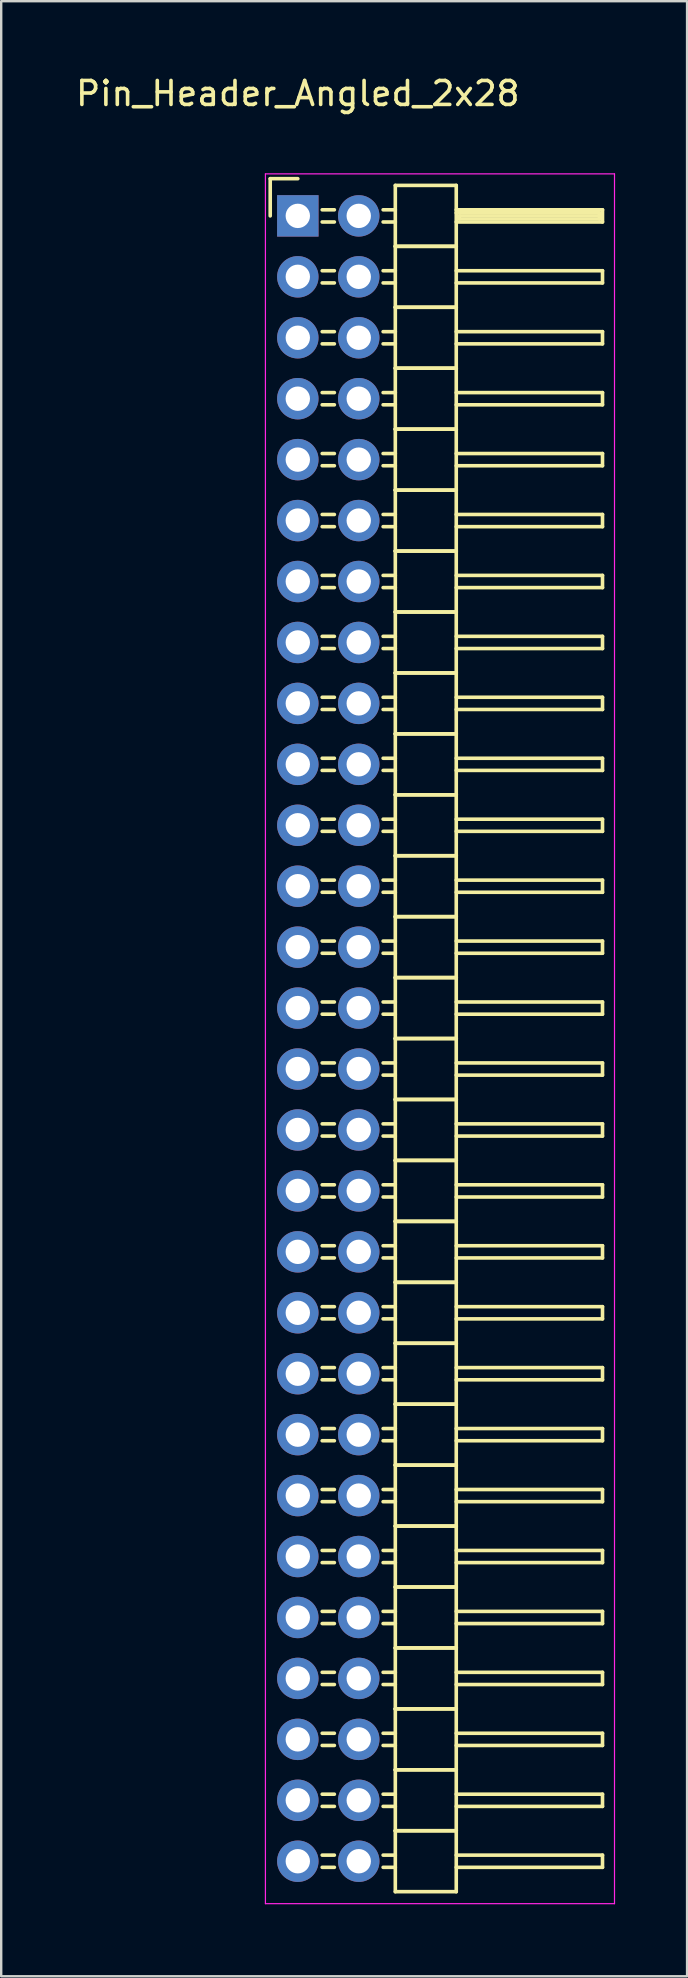
<source format=kicad_pcb>
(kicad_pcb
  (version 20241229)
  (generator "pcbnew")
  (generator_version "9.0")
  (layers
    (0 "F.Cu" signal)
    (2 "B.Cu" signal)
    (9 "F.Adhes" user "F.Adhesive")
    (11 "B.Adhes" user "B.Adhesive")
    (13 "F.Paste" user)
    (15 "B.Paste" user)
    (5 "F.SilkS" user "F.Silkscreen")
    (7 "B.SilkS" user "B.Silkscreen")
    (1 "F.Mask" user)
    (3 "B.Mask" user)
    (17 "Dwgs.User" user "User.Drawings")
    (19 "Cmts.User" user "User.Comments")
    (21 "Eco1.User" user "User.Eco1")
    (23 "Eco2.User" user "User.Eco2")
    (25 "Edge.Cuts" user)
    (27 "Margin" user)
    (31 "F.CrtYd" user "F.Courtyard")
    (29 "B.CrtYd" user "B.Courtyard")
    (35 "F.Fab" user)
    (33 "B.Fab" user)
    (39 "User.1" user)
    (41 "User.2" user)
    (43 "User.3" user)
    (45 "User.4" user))
  (footprint "Pin_Header_Angled_2x28"
    (layer "F.Cu")
    (at 9.363 5.948)
    (property "Reference" "Pin_Header_Angled_2x28" (at 0 -5.1 0) (layer "F.SilkS") (effects (font (size 1 1) (thickness 0.15))))
    (attr through_hole)
    (fp_line (start -1.15 -1.55) (end -1.15 0) (stroke (width 0.15) (type solid)) (layer "F.SilkS"))
    (fp_line (start 0 -1.55) (end -1.15 -1.55) (stroke (width 0.15) (type solid)) (layer "F.SilkS"))
    (fp_line (start 1.524 -0.254) (end 1.016 -0.254) (stroke (width 0.15) (type solid)) (layer "F.SilkS"))
    (fp_line (start 1.524 0.254) (end 1.016 0.254) (stroke (width 0.15) (type solid)) (layer "F.SilkS"))
    (fp_line (start 1.524 2.286) (end 1.016 2.286) (stroke (width 0.15) (type solid)) (layer "F.SilkS"))
    (fp_line (start 1.524 2.794) (end 1.016 2.794) (stroke (width 0.15) (type solid)) (layer "F.SilkS"))
    (fp_line (start 1.524 4.826) (end 1.016 4.826) (stroke (width 0.15) (type solid)) (layer "F.SilkS"))
    (fp_line (start 1.524 5.334) (end 1.016 5.334) (stroke (width 0.15) (type solid)) (layer "F.SilkS"))
    (fp_line (start 1.524 7.366) (end 1.016 7.366) (stroke (width 0.15) (type solid)) (layer "F.SilkS"))
    (fp_line (start 1.524 7.874) (end 1.016 7.874) (stroke (width 0.15) (type solid)) (layer "F.SilkS"))
    (fp_line (start 1.524 9.906) (end 1.016 9.906) (stroke (width 0.15) (type solid)) (layer "F.SilkS"))
    (fp_line (start 1.524 10.414) (end 1.016 10.414) (stroke (width 0.15) (type solid)) (layer "F.SilkS"))
    (fp_line (start 1.524 12.446) (end 1.016 12.446) (stroke (width 0.15) (type solid)) (layer "F.SilkS"))
    (fp_line (start 1.524 12.954) (end 1.016 12.954) (stroke (width 0.15) (type solid)) (layer "F.SilkS"))
    (fp_line (start 1.524 14.986) (end 1.016 14.986) (stroke (width 0.15) (type solid)) (layer "F.SilkS"))
    (fp_line (start 1.524 15.494) (end 1.016 15.494) (stroke (width 0.15) (type solid)) (layer "F.SilkS"))
    (fp_line (start 1.524 17.526) (end 1.016 17.526) (stroke (width 0.15) (type solid)) (layer "F.SilkS"))
    (fp_line (start 1.524 18.034) (end 1.016 18.034) (stroke (width 0.15) (type solid)) (layer "F.SilkS"))
    (fp_line (start 1.524 20.066) (end 1.016 20.066) (stroke (width 0.15) (type solid)) (layer "F.SilkS"))
    (fp_line (start 1.524 20.574) (end 1.016 20.574) (stroke (width 0.15) (type solid)) (layer "F.SilkS"))
    (fp_line (start 1.524 22.606) (end 1.016 22.606) (stroke (width 0.15) (type solid)) (layer "F.SilkS"))
    (fp_line (start 1.524 23.114) (end 1.016 23.114) (stroke (width 0.15) (type solid)) (layer "F.SilkS"))
    (fp_line (start 1.524 25.146) (end 1.016 25.146) (stroke (width 0.15) (type solid)) (layer "F.SilkS"))
    (fp_line (start 1.524 25.654) (end 1.016 25.654) (stroke (width 0.15) (type solid)) (layer "F.SilkS"))
    (fp_line (start 1.524 27.686) (end 1.016 27.686) (stroke (width 0.15) (type solid)) (layer "F.SilkS"))
    (fp_line (start 1.524 28.194) (end 1.016 28.194) (stroke (width 0.15) (type solid)) (layer "F.SilkS"))
    (fp_line (start 1.524 30.226) (end 1.016 30.226) (stroke (width 0.15) (type solid)) (layer "F.SilkS"))
    (fp_line (start 1.524 30.734) (end 1.016 30.734) (stroke (width 0.15) (type solid)) (layer "F.SilkS"))
    (fp_line (start 1.524 32.766) (end 1.016 32.766) (stroke (width 0.15) (type solid)) (layer "F.SilkS"))
    (fp_line (start 1.524 33.274) (end 1.016 33.274) (stroke (width 0.15) (type solid)) (layer "F.SilkS"))
    (fp_line (start 1.524 35.306) (end 1.016 35.306) (stroke (width 0.15) (type solid)) (layer "F.SilkS"))
    (fp_line (start 1.524 35.814) (end 1.016 35.814) (stroke (width 0.15) (type solid)) (layer "F.SilkS"))
    (fp_line (start 1.524 37.846) (end 1.016 37.846) (stroke (width 0.15) (type solid)) (layer "F.SilkS"))
    (fp_line (start 1.524 38.354) (end 1.016 38.354) (stroke (width 0.15) (type solid)) (layer "F.SilkS"))
    (fp_line (start 1.524 40.386) (end 1.016 40.386) (stroke (width 0.15) (type solid)) (layer "F.SilkS"))
    (fp_line (start 1.524 40.894) (end 1.016 40.894) (stroke (width 0.15) (type solid)) (layer "F.SilkS"))
    (fp_line (start 1.524 42.926) (end 1.016 42.926) (stroke (width 0.15) (type solid)) (layer "F.SilkS"))
    (fp_line (start 1.524 43.434) (end 1.016 43.434) (stroke (width 0.15) (type solid)) (layer "F.SilkS"))
    (fp_line (start 1.524 45.466) (end 1.016 45.466) (stroke (width 0.15) (type solid)) (layer "F.SilkS"))
    (fp_line (start 1.524 45.974) (end 1.016 45.974) (stroke (width 0.15) (type solid)) (layer "F.SilkS"))
    (fp_line (start 1.524 48.006) (end 1.016 48.006) (stroke (width 0.15) (type solid)) (layer "F.SilkS"))
    (fp_line (start 1.524 48.514) (end 1.016 48.514) (stroke (width 0.15) (type solid)) (layer "F.SilkS"))
    (fp_line (start 1.524 50.546) (end 1.016 50.546) (stroke (width 0.15) (type solid)) (layer "F.SilkS"))
    (fp_line (start 1.524 51.054) (end 1.016 51.054) (stroke (width 0.15) (type solid)) (layer "F.SilkS"))
    (fp_line (start 1.524 53.086) (end 1.016 53.086) (stroke (width 0.15) (type solid)) (layer "F.SilkS"))
    (fp_line (start 1.524 53.594) (end 1.016 53.594) (stroke (width 0.15) (type solid)) (layer "F.SilkS"))
    (fp_line (start 1.524 55.626) (end 1.016 55.626) (stroke (width 0.15) (type solid)) (layer "F.SilkS"))
    (fp_line (start 1.524 56.134) (end 1.016 56.134) (stroke (width 0.15) (type solid)) (layer "F.SilkS"))
    (fp_line (start 1.524 58.166) (end 1.016 58.166) (stroke (width 0.15) (type solid)) (layer "F.SilkS"))
    (fp_line (start 1.524 58.674) (end 1.016 58.674) (stroke (width 0.15) (type solid)) (layer "F.SilkS"))
    (fp_line (start 1.524 60.706) (end 1.016 60.706) (stroke (width 0.15) (type solid)) (layer "F.SilkS"))
    (fp_line (start 1.524 61.214) (end 1.016 61.214) (stroke (width 0.15) (type solid)) (layer "F.SilkS"))
    (fp_line (start 1.524 63.246) (end 1.016 63.246) (stroke (width 0.15) (type solid)) (layer "F.SilkS"))
    (fp_line (start 1.524 63.754) (end 1.016 63.754) (stroke (width 0.15) (type solid)) (layer "F.SilkS"))
    (fp_line (start 1.524 65.786) (end 1.016 65.786) (stroke (width 0.15) (type solid)) (layer "F.SilkS"))
    (fp_line (start 1.524 66.294) (end 1.016 66.294) (stroke (width 0.15) (type solid)) (layer "F.SilkS"))
    (fp_line (start 1.524 68.326) (end 1.016 68.326) (stroke (width 0.15) (type solid)) (layer "F.SilkS"))
    (fp_line (start 1.524 68.834) (end 1.016 68.834) (stroke (width 0.15) (type solid)) (layer "F.SilkS"))
    (fp_line (start 4.064 -1.27) (end 4.064 1.27) (stroke (width 0.15) (type solid)) (layer "F.SilkS"))
    (fp_line (start 4.064 -1.27) (end 6.604 -1.27) (stroke (width 0.15) (type solid)) (layer "F.SilkS"))
    (fp_line (start 4.064 -0.254) (end 3.556 -0.254) (stroke (width 0.15) (type solid)) (layer "F.SilkS"))
    (fp_line (start 4.064 0.254) (end 3.556 0.254) (stroke (width 0.15) (type solid)) (layer "F.SilkS"))
    (fp_line (start 4.064 1.27) (end 4.064 3.81) (stroke (width 0.15) (type solid)) (layer "F.SilkS"))
    (fp_line (start 4.064 1.27) (end 6.604 1.27) (stroke (width 0.15) (type solid)) (layer "F.SilkS"))
    (fp_line (start 4.064 1.27) (end 6.604 1.27) (stroke (width 0.15) (type solid)) (layer "F.SilkS"))
    (fp_line (start 4.064 2.286) (end 3.556 2.286) (stroke (width 0.15) (type solid)) (layer "F.SilkS"))
    (fp_line (start 4.064 2.794) (end 3.556 2.794) (stroke (width 0.15) (type solid)) (layer "F.SilkS"))
    (fp_line (start 4.064 3.81) (end 4.064 6.35) (stroke (width 0.15) (type solid)) (layer "F.SilkS"))
    (fp_line (start 4.064 3.81) (end 6.604 3.81) (stroke (width 0.15) (type solid)) (layer "F.SilkS"))
    (fp_line (start 4.064 3.81) (end 6.604 3.81) (stroke (width 0.15) (type solid)) (layer "F.SilkS"))
    (fp_line (start 4.064 4.826) (end 3.556 4.826) (stroke (width 0.15) (type solid)) (layer "F.SilkS"))
    (fp_line (start 4.064 5.334) (end 3.556 5.334) (stroke (width 0.15) (type solid)) (layer "F.SilkS"))
    (fp_line (start 4.064 6.35) (end 4.064 8.89) (stroke (width 0.15) (type solid)) (layer "F.SilkS"))
    (fp_line (start 4.064 6.35) (end 6.604 6.35) (stroke (width 0.15) (type solid)) (layer "F.SilkS"))
    (fp_line (start 4.064 6.35) (end 6.604 6.35) (stroke (width 0.15) (type solid)) (layer "F.SilkS"))
    (fp_line (start 4.064 7.366) (end 3.556 7.366) (stroke (width 0.15) (type solid)) (layer "F.SilkS"))
    (fp_line (start 4.064 7.874) (end 3.556 7.874) (stroke (width 0.15) (type solid)) (layer "F.SilkS"))
    (fp_line (start 4.064 8.89) (end 4.064 11.43) (stroke (width 0.15) (type solid)) (layer "F.SilkS"))
    (fp_line (start 4.064 8.89) (end 6.604 8.89) (stroke (width 0.15) (type solid)) (layer "F.SilkS"))
    (fp_line (start 4.064 8.89) (end 6.604 8.89) (stroke (width 0.15) (type solid)) (layer "F.SilkS"))
    (fp_line (start 4.064 9.906) (end 3.556 9.906) (stroke (width 0.15) (type solid)) (layer "F.SilkS"))
    (fp_line (start 4.064 10.414) (end 3.556 10.414) (stroke (width 0.15) (type solid)) (layer "F.SilkS"))
    (fp_line (start 4.064 11.43) (end 4.064 13.97) (stroke (width 0.15) (type solid)) (layer "F.SilkS"))
    (fp_line (start 4.064 11.43) (end 6.604 11.43) (stroke (width 0.15) (type solid)) (layer "F.SilkS"))
    (fp_line (start 4.064 11.43) (end 6.604 11.43) (stroke (width 0.15) (type solid)) (layer "F.SilkS"))
    (fp_line (start 4.064 12.446) (end 3.556 12.446) (stroke (width 0.15) (type solid)) (layer "F.SilkS"))
    (fp_line (start 4.064 12.954) (end 3.556 12.954) (stroke (width 0.15) (type solid)) (layer "F.SilkS"))
    (fp_line (start 4.064 13.97) (end 4.064 16.51) (stroke (width 0.15) (type solid)) (layer "F.SilkS"))
    (fp_line (start 4.064 13.97) (end 6.604 13.97) (stroke (width 0.15) (type solid)) (layer "F.SilkS"))
    (fp_line (start 4.064 13.97) (end 6.604 13.97) (stroke (width 0.15) (type solid)) (layer "F.SilkS"))
    (fp_line (start 4.064 14.986) (end 3.556 14.986) (stroke (width 0.15) (type solid)) (layer "F.SilkS"))
    (fp_line (start 4.064 15.494) (end 3.556 15.494) (stroke (width 0.15) (type solid)) (layer "F.SilkS"))
    (fp_line (start 4.064 16.51) (end 4.064 19.05) (stroke (width 0.15) (type solid)) (layer "F.SilkS"))
    (fp_line (start 4.064 16.51) (end 6.604 16.51) (stroke (width 0.15) (type solid)) (layer "F.SilkS"))
    (fp_line (start 4.064 16.51) (end 6.604 16.51) (stroke (width 0.15) (type solid)) (layer "F.SilkS"))
    (fp_line (start 4.064 17.526) (end 3.556 17.526) (stroke (width 0.15) (type solid)) (layer "F.SilkS"))
    (fp_line (start 4.064 18.034) (end 3.556 18.034) (stroke (width 0.15) (type solid)) (layer "F.SilkS"))
    (fp_line (start 4.064 19.05) (end 4.064 21.59) (stroke (width 0.15) (type solid)) (layer "F.SilkS"))
    (fp_line (start 4.064 19.05) (end 6.604 19.05) (stroke (width 0.15) (type solid)) (layer "F.SilkS"))
    (fp_line (start 4.064 19.05) (end 6.604 19.05) (stroke (width 0.15) (type solid)) (layer "F.SilkS"))
    (fp_line (start 4.064 20.066) (end 3.556 20.066) (stroke (width 0.15) (type solid)) (layer "F.SilkS"))
    (fp_line (start 4.064 20.574) (end 3.556 20.574) (stroke (width 0.15) (type solid)) (layer "F.SilkS"))
    (fp_line (start 4.064 21.59) (end 4.064 24.13) (stroke (width 0.15) (type solid)) (layer "F.SilkS"))
    (fp_line (start 4.064 21.59) (end 6.604 21.59) (stroke (width 0.15) (type solid)) (layer "F.SilkS"))
    (fp_line (start 4.064 21.59) (end 6.604 21.59) (stroke (width 0.15) (type solid)) (layer "F.SilkS"))
    (fp_line (start 4.064 22.606) (end 3.556 22.606) (stroke (width 0.15) (type solid)) (layer "F.SilkS"))
    (fp_line (start 4.064 23.114) (end 3.556 23.114) (stroke (width 0.15) (type solid)) (layer "F.SilkS"))
    (fp_line (start 4.064 24.13) (end 4.064 26.67) (stroke (width 0.15) (type solid)) (layer "F.SilkS"))
    (fp_line (start 4.064 24.13) (end 6.604 24.13) (stroke (width 0.15) (type solid)) (layer "F.SilkS"))
    (fp_line (start 4.064 24.13) (end 6.604 24.13) (stroke (width 0.15) (type solid)) (layer "F.SilkS"))
    (fp_line (start 4.064 25.146) (end 3.556 25.146) (stroke (width 0.15) (type solid)) (layer "F.SilkS"))
    (fp_line (start 4.064 25.654) (end 3.556 25.654) (stroke (width 0.15) (type solid)) (layer "F.SilkS"))
    (fp_line (start 4.064 26.67) (end 4.064 29.21) (stroke (width 0.15) (type solid)) (layer "F.SilkS"))
    (fp_line (start 4.064 26.67) (end 6.604 26.67) (stroke (width 0.15) (type solid)) (layer "F.SilkS"))
    (fp_line (start 4.064 26.67) (end 6.604 26.67) (stroke (width 0.15) (type solid)) (layer "F.SilkS"))
    (fp_line (start 4.064 27.686) (end 3.556 27.686) (stroke (width 0.15) (type solid)) (layer "F.SilkS"))
    (fp_line (start 4.064 28.194) (end 3.556 28.194) (stroke (width 0.15) (type solid)) (layer "F.SilkS"))
    (fp_line (start 4.064 29.21) (end 4.064 31.75) (stroke (width 0.15) (type solid)) (layer "F.SilkS"))
    (fp_line (start 4.064 29.21) (end 6.604 29.21) (stroke (width 0.15) (type solid)) (layer "F.SilkS"))
    (fp_line (start 4.064 29.21) (end 6.604 29.21) (stroke (width 0.15) (type solid)) (layer "F.SilkS"))
    (fp_line (start 4.064 30.226) (end 3.556 30.226) (stroke (width 0.15) (type solid)) (layer "F.SilkS"))
    (fp_line (start 4.064 30.734) (end 3.556 30.734) (stroke (width 0.15) (type solid)) (layer "F.SilkS"))
    (fp_line (start 4.064 31.75) (end 4.064 34.29) (stroke (width 0.15) (type solid)) (layer "F.SilkS"))
    (fp_line (start 4.064 31.75) (end 6.604 31.75) (stroke (width 0.15) (type solid)) (layer "F.SilkS"))
    (fp_line (start 4.064 31.75) (end 6.604 31.75) (stroke (width 0.15) (type solid)) (layer "F.SilkS"))
    (fp_line (start 4.064 32.766) (end 3.556 32.766) (stroke (width 0.15) (type solid)) (layer "F.SilkS"))
    (fp_line (start 4.064 33.274) (end 3.556 33.274) (stroke (width 0.15) (type solid)) (layer "F.SilkS"))
    (fp_line (start 4.064 34.29) (end 4.064 36.83) (stroke (width 0.15) (type solid)) (layer "F.SilkS"))
    (fp_line (start 4.064 34.29) (end 6.604 34.29) (stroke (width 0.15) (type solid)) (layer "F.SilkS"))
    (fp_line (start 4.064 34.29) (end 6.604 34.29) (stroke (width 0.15) (type solid)) (layer "F.SilkS"))
    (fp_line (start 4.064 35.306) (end 3.556 35.306) (stroke (width 0.15) (type solid)) (layer "F.SilkS"))
    (fp_line (start 4.064 35.814) (end 3.556 35.814) (stroke (width 0.15) (type solid)) (layer "F.SilkS"))
    (fp_line (start 4.064 36.83) (end 4.064 39.37) (stroke (width 0.15) (type solid)) (layer "F.SilkS"))
    (fp_line (start 4.064 36.83) (end 6.604 36.83) (stroke (width 0.15) (type solid)) (layer "F.SilkS"))
    (fp_line (start 4.064 36.83) (end 6.604 36.83) (stroke (width 0.15) (type solid)) (layer "F.SilkS"))
    (fp_line (start 4.064 37.846) (end 3.556 37.846) (stroke (width 0.15) (type solid)) (layer "F.SilkS"))
    (fp_line (start 4.064 38.354) (end 3.556 38.354) (stroke (width 0.15) (type solid)) (layer "F.SilkS"))
    (fp_line (start 4.064 39.37) (end 4.064 41.91) (stroke (width 0.15) (type solid)) (layer "F.SilkS"))
    (fp_line (start 4.064 39.37) (end 6.604 39.37) (stroke (width 0.15) (type solid)) (layer "F.SilkS"))
    (fp_line (start 4.064 39.37) (end 6.604 39.37) (stroke (width 0.15) (type solid)) (layer "F.SilkS"))
    (fp_line (start 4.064 40.386) (end 3.556 40.386) (stroke (width 0.15) (type solid)) (layer "F.SilkS"))
    (fp_line (start 4.064 40.894) (end 3.556 40.894) (stroke (width 0.15) (type solid)) (layer "F.SilkS"))
    (fp_line (start 4.064 41.91) (end 4.064 44.45) (stroke (width 0.15) (type solid)) (layer "F.SilkS"))
    (fp_line (start 4.064 41.91) (end 6.604 41.91) (stroke (width 0.15) (type solid)) (layer "F.SilkS"))
    (fp_line (start 4.064 41.91) (end 6.604 41.91) (stroke (width 0.15) (type solid)) (layer "F.SilkS"))
    (fp_line (start 4.064 42.926) (end 3.556 42.926) (stroke (width 0.15) (type solid)) (layer "F.SilkS"))
    (fp_line (start 4.064 43.434) (end 3.556 43.434) (stroke (width 0.15) (type solid)) (layer "F.SilkS"))
    (fp_line (start 4.064 44.45) (end 4.064 46.99) (stroke (width 0.15) (type solid)) (layer "F.SilkS"))
    (fp_line (start 4.064 44.45) (end 6.604 44.45) (stroke (width 0.15) (type solid)) (layer "F.SilkS"))
    (fp_line (start 4.064 44.45) (end 6.604 44.45) (stroke (width 0.15) (type solid)) (layer "F.SilkS"))
    (fp_line (start 4.064 45.466) (end 3.556 45.466) (stroke (width 0.15) (type solid)) (layer "F.SilkS"))
    (fp_line (start 4.064 45.974) (end 3.556 45.974) (stroke (width 0.15) (type solid)) (layer "F.SilkS"))
    (fp_line (start 4.064 46.99) (end 4.064 49.53) (stroke (width 0.15) (type solid)) (layer "F.SilkS"))
    (fp_line (start 4.064 46.99) (end 6.604 46.99) (stroke (width 0.15) (type solid)) (layer "F.SilkS"))
    (fp_line (start 4.064 46.99) (end 6.604 46.99) (stroke (width 0.15) (type solid)) (layer "F.SilkS"))
    (fp_line (start 4.064 48.006) (end 3.556 48.006) (stroke (width 0.15) (type solid)) (layer "F.SilkS"))
    (fp_line (start 4.064 48.514) (end 3.556 48.514) (stroke (width 0.15) (type solid)) (layer "F.SilkS"))
    (fp_line (start 4.064 49.53) (end 4.064 52.07) (stroke (width 0.15) (type solid)) (layer "F.SilkS"))
    (fp_line (start 4.064 49.53) (end 6.604 49.53) (stroke (width 0.15) (type solid)) (layer "F.SilkS"))
    (fp_line (start 4.064 49.53) (end 6.604 49.53) (stroke (width 0.15) (type solid)) (layer "F.SilkS"))
    (fp_line (start 4.064 50.546) (end 3.556 50.546) (stroke (width 0.15) (type solid)) (layer "F.SilkS"))
    (fp_line (start 4.064 51.054) (end 3.556 51.054) (stroke (width 0.15) (type solid)) (layer "F.SilkS"))
    (fp_line (start 4.064 52.07) (end 4.064 54.61) (stroke (width 0.15) (type solid)) (layer "F.SilkS"))
    (fp_line (start 4.064 52.07) (end 6.604 52.07) (stroke (width 0.15) (type solid)) (layer "F.SilkS"))
    (fp_line (start 4.064 52.07) (end 6.604 52.07) (stroke (width 0.15) (type solid)) (layer "F.SilkS"))
    (fp_line (start 4.064 53.086) (end 3.556 53.086) (stroke (width 0.15) (type solid)) (layer "F.SilkS"))
    (fp_line (start 4.064 53.594) (end 3.556 53.594) (stroke (width 0.15) (type solid)) (layer "F.SilkS"))
    (fp_line (start 4.064 54.61) (end 4.064 57.15) (stroke (width 0.15) (type solid)) (layer "F.SilkS"))
    (fp_line (start 4.064 54.61) (end 6.604 54.61) (stroke (width 0.15) (type solid)) (layer "F.SilkS"))
    (fp_line (start 4.064 54.61) (end 6.604 54.61) (stroke (width 0.15) (type solid)) (layer "F.SilkS"))
    (fp_line (start 4.064 55.626) (end 3.556 55.626) (stroke (width 0.15) (type solid)) (layer "F.SilkS"))
    (fp_line (start 4.064 56.134) (end 3.556 56.134) (stroke (width 0.15) (type solid)) (layer "F.SilkS"))
    (fp_line (start 4.064 57.15) (end 4.064 59.69) (stroke (width 0.15) (type solid)) (layer "F.SilkS"))
    (fp_line (start 4.064 57.15) (end 6.604 57.15) (stroke (width 0.15) (type solid)) (layer "F.SilkS"))
    (fp_line (start 4.064 57.15) (end 6.604 57.15) (stroke (width 0.15) (type solid)) (layer "F.SilkS"))
    (fp_line (start 4.064 58.166) (end 3.556 58.166) (stroke (width 0.15) (type solid)) (layer "F.SilkS"))
    (fp_line (start 4.064 58.674) (end 3.556 58.674) (stroke (width 0.15) (type solid)) (layer "F.SilkS"))
    (fp_line (start 4.064 59.69) (end 4.064 62.23) (stroke (width 0.15) (type solid)) (layer "F.SilkS"))
    (fp_line (start 4.064 59.69) (end 6.604 59.69) (stroke (width 0.15) (type solid)) (layer "F.SilkS"))
    (fp_line (start 4.064 59.69) (end 6.604 59.69) (stroke (width 0.15) (type solid)) (layer "F.SilkS"))
    (fp_line (start 4.064 60.706) (end 3.556 60.706) (stroke (width 0.15) (type solid)) (layer "F.SilkS"))
    (fp_line (start 4.064 61.214) (end 3.556 61.214) (stroke (width 0.15) (type solid)) (layer "F.SilkS"))
    (fp_line (start 4.064 62.23) (end 4.064 64.77) (stroke (width 0.15) (type solid)) (layer "F.SilkS"))
    (fp_line (start 4.064 62.23) (end 6.604 62.23) (stroke (width 0.15) (type solid)) (layer "F.SilkS"))
    (fp_line (start 4.064 62.23) (end 6.604 62.23) (stroke (width 0.15) (type solid)) (layer "F.SilkS"))
    (fp_line (start 4.064 63.246) (end 3.556 63.246) (stroke (width 0.15) (type solid)) (layer "F.SilkS"))
    (fp_line (start 4.064 63.754) (end 3.556 63.754) (stroke (width 0.15) (type solid)) (layer "F.SilkS"))
    (fp_line (start 4.064 64.77) (end 4.064 67.31) (stroke (width 0.15) (type solid)) (layer "F.SilkS"))
    (fp_line (start 4.064 64.77) (end 6.604 64.77) (stroke (width 0.15) (type solid)) (layer "F.SilkS"))
    (fp_line (start 4.064 64.77) (end 6.604 64.77) (stroke (width 0.15) (type solid)) (layer "F.SilkS"))
    (fp_line (start 4.064 65.786) (end 3.556 65.786) (stroke (width 0.15) (type solid)) (layer "F.SilkS"))
    (fp_line (start 4.064 66.294) (end 3.556 66.294) (stroke (width 0.15) (type solid)) (layer "F.SilkS"))
    (fp_line (start 4.064 67.31) (end 4.064 69.85) (stroke (width 0.15) (type solid)) (layer "F.SilkS"))
    (fp_line (start 4.064 67.31) (end 6.604 67.31) (stroke (width 0.15) (type solid)) (layer "F.SilkS"))
    (fp_line (start 4.064 67.31) (end 6.604 67.31) (stroke (width 0.15) (type solid)) (layer "F.SilkS"))
    (fp_line (start 4.064 68.326) (end 3.556 68.326) (stroke (width 0.15) (type solid)) (layer "F.SilkS"))
    (fp_line (start 4.064 68.834) (end 3.556 68.834) (stroke (width 0.15) (type solid)) (layer "F.SilkS"))
    (fp_line (start 4.064 69.85) (end 6.604 69.85) (stroke (width 0.15) (type solid)) (layer "F.SilkS"))
    (fp_line (start 6.604 -0.254) (end 12.7 -0.254) (stroke (width 0.15) (type solid)) (layer "F.SilkS"))
    (fp_line (start 6.604 -0.127) (end 12.573 -0.127) (stroke (width 0.15) (type solid)) (layer "F.SilkS"))
    (fp_line (start 6.604 1.27) (end 6.604 -1.27) (stroke (width 0.15) (type solid)) (layer "F.SilkS"))
    (fp_line (start 6.604 2.286) (end 12.7 2.286) (stroke (width 0.15) (type solid)) (layer "F.SilkS"))
    (fp_line (start 6.604 3.81) (end 6.604 1.27) (stroke (width 0.15) (type solid)) (layer "F.SilkS"))
    (fp_line (start 6.604 4.826) (end 12.7 4.826) (stroke (width 0.15) (type solid)) (layer "F.SilkS"))
    (fp_line (start 6.604 6.35) (end 6.604 3.81) (stroke (width 0.15) (type solid)) (layer "F.SilkS"))
    (fp_line (start 6.604 7.366) (end 12.7 7.366) (stroke (width 0.15) (type solid)) (layer "F.SilkS"))
    (fp_line (start 6.604 8.89) (end 6.604 6.35) (stroke (width 0.15) (type solid)) (layer "F.SilkS"))
    (fp_line (start 6.604 9.906) (end 12.7 9.906) (stroke (width 0.15) (type solid)) (layer "F.SilkS"))
    (fp_line (start 6.604 11.43) (end 6.604 8.89) (stroke (width 0.15) (type solid)) (layer "F.SilkS"))
    (fp_line (start 6.604 12.446) (end 12.7 12.446) (stroke (width 0.15) (type solid)) (layer "F.SilkS"))
    (fp_line (start 6.604 13.97) (end 6.604 11.43) (stroke (width 0.15) (type solid)) (layer "F.SilkS"))
    (fp_line (start 6.604 14.986) (end 12.7 14.986) (stroke (width 0.15) (type solid)) (layer "F.SilkS"))
    (fp_line (start 6.604 16.51) (end 6.604 13.97) (stroke (width 0.15) (type solid)) (layer "F.SilkS"))
    (fp_line (start 6.604 17.526) (end 12.7 17.526) (stroke (width 0.15) (type solid)) (layer "F.SilkS"))
    (fp_line (start 6.604 19.05) (end 6.604 16.51) (stroke (width 0.15) (type solid)) (layer "F.SilkS"))
    (fp_line (start 6.604 20.066) (end 12.7 20.066) (stroke (width 0.15) (type solid)) (layer "F.SilkS"))
    (fp_line (start 6.604 21.59) (end 6.604 19.05) (stroke (width 0.15) (type solid)) (layer "F.SilkS"))
    (fp_line (start 6.604 22.606) (end 12.7 22.606) (stroke (width 0.15) (type solid)) (layer "F.SilkS"))
    (fp_line (start 6.604 24.13) (end 6.604 21.59) (stroke (width 0.15) (type solid)) (layer "F.SilkS"))
    (fp_line (start 6.604 25.146) (end 12.7 25.146) (stroke (width 0.15) (type solid)) (layer "F.SilkS"))
    (fp_line (start 6.604 26.67) (end 6.604 24.13) (stroke (width 0.15) (type solid)) (layer "F.SilkS"))
    (fp_line (start 6.604 27.686) (end 12.7 27.686) (stroke (width 0.15) (type solid)) (layer "F.SilkS"))
    (fp_line (start 6.604 29.21) (end 6.604 26.67) (stroke (width 0.15) (type solid)) (layer "F.SilkS"))
    (fp_line (start 6.604 30.226) (end 12.7 30.226) (stroke (width 0.15) (type solid)) (layer "F.SilkS"))
    (fp_line (start 6.604 31.75) (end 6.604 29.21) (stroke (width 0.15) (type solid)) (layer "F.SilkS"))
    (fp_line (start 6.604 32.766) (end 12.7 32.766) (stroke (width 0.15) (type solid)) (layer "F.SilkS"))
    (fp_line (start 6.604 34.29) (end 6.604 31.75) (stroke (width 0.15) (type solid)) (layer "F.SilkS"))
    (fp_line (start 6.604 35.306) (end 12.7 35.306) (stroke (width 0.15) (type solid)) (layer "F.SilkS"))
    (fp_line (start 6.604 36.83) (end 6.604 34.29) (stroke (width 0.15) (type solid)) (layer "F.SilkS"))
    (fp_line (start 6.604 37.846) (end 12.7 37.846) (stroke (width 0.15) (type solid)) (layer "F.SilkS"))
    (fp_line (start 6.604 39.37) (end 6.604 36.83) (stroke (width 0.15) (type solid)) (layer "F.SilkS"))
    (fp_line (start 6.604 40.386) (end 12.7 40.386) (stroke (width 0.15) (type solid)) (layer "F.SilkS"))
    (fp_line (start 6.604 41.91) (end 6.604 39.37) (stroke (width 0.15) (type solid)) (layer "F.SilkS"))
    (fp_line (start 6.604 42.926) (end 12.7 42.926) (stroke (width 0.15) (type solid)) (layer "F.SilkS"))
    (fp_line (start 6.604 44.45) (end 6.604 41.91) (stroke (width 0.15) (type solid)) (layer "F.SilkS"))
    (fp_line (start 6.604 45.466) (end 12.7 45.466) (stroke (width 0.15) (type solid)) (layer "F.SilkS"))
    (fp_line (start 6.604 46.99) (end 6.604 44.45) (stroke (width 0.15) (type solid)) (layer "F.SilkS"))
    (fp_line (start 6.604 48.006) (end 12.7 48.006) (stroke (width 0.15) (type solid)) (layer "F.SilkS"))
    (fp_line (start 6.604 49.53) (end 6.604 46.99) (stroke (width 0.15) (type solid)) (layer "F.SilkS"))
    (fp_line (start 6.604 50.546) (end 12.7 50.546) (stroke (width 0.15) (type solid)) (layer "F.SilkS"))
    (fp_line (start 6.604 52.07) (end 6.604 49.53) (stroke (width 0.15) (type solid)) (layer "F.SilkS"))
    (fp_line (start 6.604 53.086) (end 12.7 53.086) (stroke (width 0.15) (type solid)) (layer "F.SilkS"))
    (fp_line (start 6.604 54.61) (end 6.604 52.07) (stroke (width 0.15) (type solid)) (layer "F.SilkS"))
    (fp_line (start 6.604 55.626) (end 12.7 55.626) (stroke (width 0.15) (type solid)) (layer "F.SilkS"))
    (fp_line (start 6.604 57.15) (end 6.604 54.61) (stroke (width 0.15) (type solid)) (layer "F.SilkS"))
    (fp_line (start 6.604 58.166) (end 12.7 58.166) (stroke (width 0.15) (type solid)) (layer "F.SilkS"))
    (fp_line (start 6.604 59.69) (end 6.604 57.15) (stroke (width 0.15) (type solid)) (layer "F.SilkS"))
    (fp_line (start 6.604 60.706) (end 12.7 60.706) (stroke (width 0.15) (type solid)) (layer "F.SilkS"))
    (fp_line (start 6.604 62.23) (end 6.604 59.69) (stroke (width 0.15) (type solid)) (layer "F.SilkS"))
    (fp_line (start 6.604 63.246) (end 12.7 63.246) (stroke (width 0.15) (type solid)) (layer "F.SilkS"))
    (fp_line (start 6.604 64.77) (end 6.604 62.23) (stroke (width 0.15) (type solid)) (layer "F.SilkS"))
    (fp_line (start 6.604 65.786) (end 12.7 65.786) (stroke (width 0.15) (type solid)) (layer "F.SilkS"))
    (fp_line (start 6.604 67.31) (end 6.604 64.77) (stroke (width 0.15) (type solid)) (layer "F.SilkS"))
    (fp_line (start 6.604 68.326) (end 12.7 68.326) (stroke (width 0.15) (type solid)) (layer "F.SilkS"))
    (fp_line (start 6.604 69.85) (end 6.604 67.31) (stroke (width 0.15) (type solid)) (layer "F.SilkS"))
    (fp_line (start 6.731 0) (end 12.573 0) (stroke (width 0.15) (type solid)) (layer "F.SilkS"))
    (fp_line (start 6.731 0.127) (end 6.731 0) (stroke (width 0.15) (type solid)) (layer "F.SilkS"))
    (fp_line (start 12.573 -0.127) (end 12.573 0.127) (stroke (width 0.15) (type solid)) (layer "F.SilkS"))
    (fp_line (start 12.573 0.127) (end 6.731 0.127) (stroke (width 0.15) (type solid)) (layer "F.SilkS"))
    (fp_line (start 12.7 -0.254) (end 12.7 0.254) (stroke (width 0.15) (type solid)) (layer "F.SilkS"))
    (fp_line (start 12.7 0.254) (end 6.604 0.254) (stroke (width 0.15) (type solid)) (layer "F.SilkS"))
    (fp_line (start 12.7 2.286) (end 12.7 2.794) (stroke (width 0.15) (type solid)) (layer "F.SilkS"))
    (fp_line (start 12.7 2.794) (end 6.604 2.794) (stroke (width 0.15) (type solid)) (layer "F.SilkS"))
    (fp_line (start 12.7 4.826) (end 12.7 5.334) (stroke (width 0.15) (type solid)) (layer "F.SilkS"))
    (fp_line (start 12.7 5.334) (end 6.604 5.334) (stroke (width 0.15) (type solid)) (layer "F.SilkS"))
    (fp_line (start 12.7 7.366) (end 12.7 7.874) (stroke (width 0.15) (type solid)) (layer "F.SilkS"))
    (fp_line (start 12.7 7.874) (end 6.604 7.874) (stroke (width 0.15) (type solid)) (layer "F.SilkS"))
    (fp_line (start 12.7 9.906) (end 12.7 10.414) (stroke (width 0.15) (type solid)) (layer "F.SilkS"))
    (fp_line (start 12.7 10.414) (end 6.604 10.414) (stroke (width 0.15) (type solid)) (layer "F.SilkS"))
    (fp_line (start 12.7 12.446) (end 12.7 12.954) (stroke (width 0.15) (type solid)) (layer "F.SilkS"))
    (fp_line (start 12.7 12.954) (end 6.604 12.954) (stroke (width 0.15) (type solid)) (layer "F.SilkS"))
    (fp_line (start 12.7 14.986) (end 12.7 15.494) (stroke (width 0.15) (type solid)) (layer "F.SilkS"))
    (fp_line (start 12.7 15.494) (end 6.604 15.494) (stroke (width 0.15) (type solid)) (layer "F.SilkS"))
    (fp_line (start 12.7 17.526) (end 12.7 18.034) (stroke (width 0.15) (type solid)) (layer "F.SilkS"))
    (fp_line (start 12.7 18.034) (end 6.604 18.034) (stroke (width 0.15) (type solid)) (layer "F.SilkS"))
    (fp_line (start 12.7 20.066) (end 12.7 20.574) (stroke (width 0.15) (type solid)) (layer "F.SilkS"))
    (fp_line (start 12.7 20.574) (end 6.604 20.574) (stroke (width 0.15) (type solid)) (layer "F.SilkS"))
    (fp_line (start 12.7 22.606) (end 12.7 23.114) (stroke (width 0.15) (type solid)) (layer "F.SilkS"))
    (fp_line (start 12.7 23.114) (end 6.604 23.114) (stroke (width 0.15) (type solid)) (layer "F.SilkS"))
    (fp_line (start 12.7 25.146) (end 12.7 25.654) (stroke (width 0.15) (type solid)) (layer "F.SilkS"))
    (fp_line (start 12.7 25.654) (end 6.604 25.654) (stroke (width 0.15) (type solid)) (layer "F.SilkS"))
    (fp_line (start 12.7 27.686) (end 12.7 28.194) (stroke (width 0.15) (type solid)) (layer "F.SilkS"))
    (fp_line (start 12.7 28.194) (end 6.604 28.194) (stroke (width 0.15) (type solid)) (layer "F.SilkS"))
    (fp_line (start 12.7 30.226) (end 12.7 30.734) (stroke (width 0.15) (type solid)) (layer "F.SilkS"))
    (fp_line (start 12.7 30.734) (end 6.604 30.734) (stroke (width 0.15) (type solid)) (layer "F.SilkS"))
    (fp_line (start 12.7 32.766) (end 12.7 33.274) (stroke (width 0.15) (type solid)) (layer "F.SilkS"))
    (fp_line (start 12.7 33.274) (end 6.604 33.274) (stroke (width 0.15) (type solid)) (layer "F.SilkS"))
    (fp_line (start 12.7 35.306) (end 12.7 35.814) (stroke (width 0.15) (type solid)) (layer "F.SilkS"))
    (fp_line (start 12.7 35.814) (end 6.604 35.814) (stroke (width 0.15) (type solid)) (layer "F.SilkS"))
    (fp_line (start 12.7 37.846) (end 12.7 38.354) (stroke (width 0.15) (type solid)) (layer "F.SilkS"))
    (fp_line (start 12.7 38.354) (end 6.604 38.354) (stroke (width 0.15) (type solid)) (layer "F.SilkS"))
    (fp_line (start 12.7 40.386) (end 12.7 40.894) (stroke (width 0.15) (type solid)) (layer "F.SilkS"))
    (fp_line (start 12.7 40.894) (end 6.604 40.894) (stroke (width 0.15) (type solid)) (layer "F.SilkS"))
    (fp_line (start 12.7 42.926) (end 12.7 43.434) (stroke (width 0.15) (type solid)) (layer "F.SilkS"))
    (fp_line (start 12.7 43.434) (end 6.604 43.434) (stroke (width 0.15) (type solid)) (layer "F.SilkS"))
    (fp_line (start 12.7 45.466) (end 12.7 45.974) (stroke (width 0.15) (type solid)) (layer "F.SilkS"))
    (fp_line (start 12.7 45.974) (end 6.604 45.974) (stroke (width 0.15) (type solid)) (layer "F.SilkS"))
    (fp_line (start 12.7 48.006) (end 12.7 48.514) (stroke (width 0.15) (type solid)) (layer "F.SilkS"))
    (fp_line (start 12.7 48.514) (end 6.604 48.514) (stroke (width 0.15) (type solid)) (layer "F.SilkS"))
    (fp_line (start 12.7 50.546) (end 12.7 51.054) (stroke (width 0.15) (type solid)) (layer "F.SilkS"))
    (fp_line (start 12.7 51.054) (end 6.604 51.054) (stroke (width 0.15) (type solid)) (layer "F.SilkS"))
    (fp_line (start 12.7 53.086) (end 12.7 53.594) (stroke (width 0.15) (type solid)) (layer "F.SilkS"))
    (fp_line (start 12.7 53.594) (end 6.604 53.594) (stroke (width 0.15) (type solid)) (layer "F.SilkS"))
    (fp_line (start 12.7 55.626) (end 12.7 56.134) (stroke (width 0.15) (type solid)) (layer "F.SilkS"))
    (fp_line (start 12.7 56.134) (end 6.604 56.134) (stroke (width 0.15) (type solid)) (layer "F.SilkS"))
    (fp_line (start 12.7 58.166) (end 12.7 58.674) (stroke (width 0.15) (type solid)) (layer "F.SilkS"))
    (fp_line (start 12.7 58.674) (end 6.604 58.674) (stroke (width 0.15) (type solid)) (layer "F.SilkS"))
    (fp_line (start 12.7 60.706) (end 12.7 61.214) (stroke (width 0.15) (type solid)) (layer "F.SilkS"))
    (fp_line (start 12.7 61.214) (end 6.604 61.214) (stroke (width 0.15) (type solid)) (layer "F.SilkS"))
    (fp_line (start 12.7 63.246) (end 12.7 63.754) (stroke (width 0.15) (type solid)) (layer "F.SilkS"))
    (fp_line (start 12.7 63.754) (end 6.604 63.754) (stroke (width 0.15) (type solid)) (layer "F.SilkS"))
    (fp_line (start 12.7 65.786) (end 12.7 66.294) (stroke (width 0.15) (type solid)) (layer "F.SilkS"))
    (fp_line (start 12.7 66.294) (end 6.604 66.294) (stroke (width 0.15) (type solid)) (layer "F.SilkS"))
    (fp_line (start 12.7 68.326) (end 12.7 68.834) (stroke (width 0.15) (type solid)) (layer "F.SilkS"))
    (fp_line (start 12.7 68.834) (end 6.604 68.834) (stroke (width 0.15) (type solid)) (layer "F.SilkS"))
    (fp_line (start -1.35 -1.75) (end -1.35 70.35) (stroke (width 0.05) (type solid)) (layer "F.CrtYd"))
    (fp_line (start -1.35 -1.75) (end 13.2 -1.75) (stroke (width 0.05) (type solid)) (layer "F.CrtYd"))
    (fp_line (start -1.35 70.35) (end 13.2 70.35) (stroke (width 0.05) (type solid)) (layer "F.CrtYd"))
    (fp_line (start 13.2 -1.75) (end 13.2 70.35) (stroke (width 0.05) (type solid)) (layer "F.CrtYd"))
    (pad "1" thru_hole rect (at 0 0) (size 1.727 1.727) (drill 1.016) (layers "*.Cu" "*.Mask"))
    (pad "2" thru_hole oval (at 2.54 0) (size 1.727 1.727) (drill 1.016) (layers "*.Cu" "*.Mask"))
    (pad "3" thru_hole oval (at 0 2.54) (size 1.727 1.727) (drill 1.016) (layers "*.Cu" "*.Mask"))
    (pad "4" thru_hole oval (at 2.54 2.54) (size 1.727 1.727) (drill 1.016) (layers "*.Cu" "*.Mask"))
    (pad "5" thru_hole oval (at 0 5.08) (size 1.727 1.727) (drill 1.016) (layers "*.Cu" "*.Mask"))
    (pad "6" thru_hole oval (at 2.54 5.08) (size 1.727 1.727) (drill 1.016) (layers "*.Cu" "*.Mask"))
    (pad "7" thru_hole oval (at 0 7.62) (size 1.727 1.727) (drill 1.016) (layers "*.Cu" "*.Mask"))
    (pad "8" thru_hole oval (at 2.54 7.62) (size 1.727 1.727) (drill 1.016) (layers "*.Cu" "*.Mask"))
    (pad "9" thru_hole oval (at 0 10.16) (size 1.727 1.727) (drill 1.016) (layers "*.Cu" "*.Mask"))
    (pad "10" thru_hole oval (at 2.54 10.16) (size 1.727 1.727) (drill 1.016) (layers "*.Cu" "*.Mask"))
    (pad "11" thru_hole oval (at 0 12.7) (size 1.727 1.727) (drill 1.016) (layers "*.Cu" "*.Mask"))
    (pad "12" thru_hole oval (at 2.54 12.7) (size 1.727 1.727) (drill 1.016) (layers "*.Cu" "*.Mask"))
    (pad "13" thru_hole oval (at 0 15.24) (size 1.727 1.727) (drill 1.016) (layers "*.Cu" "*.Mask"))
    (pad "14" thru_hole oval (at 2.54 15.24) (size 1.727 1.727) (drill 1.016) (layers "*.Cu" "*.Mask"))
    (pad "15" thru_hole oval (at 0 17.78) (size 1.727 1.727) (drill 1.016) (layers "*.Cu" "*.Mask"))
    (pad "16" thru_hole oval (at 2.54 17.78) (size 1.727 1.727) (drill 1.016) (layers "*.Cu" "*.Mask"))
    (pad "17" thru_hole oval (at 0 20.32) (size 1.727 1.727) (drill 1.016) (layers "*.Cu" "*.Mask"))
    (pad "18" thru_hole oval (at 2.54 20.32) (size 1.727 1.727) (drill 1.016) (layers "*.Cu" "*.Mask"))
    (pad "19" thru_hole oval (at 0 22.86) (size 1.727 1.727) (drill 1.016) (layers "*.Cu" "*.Mask"))
    (pad "20" thru_hole oval (at 2.54 22.86) (size 1.727 1.727) (drill 1.016) (layers "*.Cu" "*.Mask"))
    (pad "21" thru_hole oval (at 0 25.4) (size 1.727 1.727) (drill 1.016) (layers "*.Cu" "*.Mask"))
    (pad "22" thru_hole oval (at 2.54 25.4) (size 1.727 1.727) (drill 1.016) (layers "*.Cu" "*.Mask"))
    (pad "23" thru_hole oval (at 0 27.94) (size 1.727 1.727) (drill 1.016) (layers "*.Cu" "*.Mask"))
    (pad "24" thru_hole oval (at 2.54 27.94) (size 1.727 1.727) (drill 1.016) (layers "*.Cu" "*.Mask"))
    (pad "25" thru_hole oval (at 0 30.48) (size 1.727 1.727) (drill 1.016) (layers "*.Cu" "*.Mask"))
    (pad "26" thru_hole oval (at 2.54 30.48) (size 1.727 1.727) (drill 1.016) (layers "*.Cu" "*.Mask"))
    (pad "27" thru_hole oval (at 0 33.02) (size 1.727 1.727) (drill 1.016) (layers "*.Cu" "*.Mask"))
    (pad "28" thru_hole oval (at 2.54 33.02) (size 1.727 1.727) (drill 1.016) (layers "*.Cu" "*.Mask"))
    (pad "29" thru_hole oval (at 0 35.56) (size 1.727 1.727) (drill 1.016) (layers "*.Cu" "*.Mask"))
    (pad "30" thru_hole oval (at 2.54 35.56) (size 1.727 1.727) (drill 1.016) (layers "*.Cu" "*.Mask"))
    (pad "31" thru_hole oval (at 0 38.1) (size 1.727 1.727) (drill 1.016) (layers "*.Cu" "*.Mask"))
    (pad "32" thru_hole oval (at 2.54 38.1) (size 1.727 1.727) (drill 1.016) (layers "*.Cu" "*.Mask"))
    (pad "33" thru_hole oval (at 0 40.64) (size 1.727 1.727) (drill 1.016) (layers "*.Cu" "*.Mask"))
    (pad "34" thru_hole oval (at 2.54 40.64) (size 1.727 1.727) (drill 1.016) (layers "*.Cu" "*.Mask"))
    (pad "35" thru_hole oval (at 0 43.18) (size 1.727 1.727) (drill 1.016) (layers "*.Cu" "*.Mask"))
    (pad "36" thru_hole oval (at 2.54 43.18) (size 1.727 1.727) (drill 1.016) (layers "*.Cu" "*.Mask"))
    (pad "37" thru_hole oval (at 0 45.72) (size 1.727 1.727) (drill 1.016) (layers "*.Cu" "*.Mask"))
    (pad "38" thru_hole oval (at 2.54 45.72) (size 1.727 1.727) (drill 1.016) (layers "*.Cu" "*.Mask"))
    (pad "39" thru_hole oval (at 0 48.26) (size 1.727 1.727) (drill 1.016) (layers "*.Cu" "*.Mask"))
    (pad "40" thru_hole oval (at 2.54 48.26) (size 1.727 1.727) (drill 1.016) (layers "*.Cu" "*.Mask"))
    (pad "41" thru_hole oval (at 0 50.8) (size 1.727 1.727) (drill 1.016) (layers "*.Cu" "*.Mask"))
    (pad "42" thru_hole oval (at 2.54 50.8) (size 1.727 1.727) (drill 1.016) (layers "*.Cu" "*.Mask"))
    (pad "43" thru_hole oval (at 0 53.34) (size 1.727 1.727) (drill 1.016) (layers "*.Cu" "*.Mask"))
    (pad "44" thru_hole oval (at 2.54 53.34) (size 1.727 1.727) (drill 1.016) (layers "*.Cu" "*.Mask"))
    (pad "45" thru_hole oval (at 0 55.88) (size 1.727 1.727) (drill 1.016) (layers "*.Cu" "*.Mask"))
    (pad "46" thru_hole oval (at 2.54 55.88) (size 1.727 1.727) (drill 1.016) (layers "*.Cu" "*.Mask"))
    (pad "47" thru_hole oval (at 0 58.42) (size 1.727 1.727) (drill 1.016) (layers "*.Cu" "*.Mask"))
    (pad "48" thru_hole oval (at 2.54 58.42) (size 1.727 1.727) (drill 1.016) (layers "*.Cu" "*.Mask"))
    (pad "49" thru_hole oval (at 0 60.96) (size 1.727 1.727) (drill 1.016) (layers "*.Cu" "*.Mask"))
    (pad "50" thru_hole oval (at 2.54 60.96) (size 1.727 1.727) (drill 1.016) (layers "*.Cu" "*.Mask"))
    (pad "51" thru_hole oval (at 0 63.5) (size 1.727 1.727) (drill 1.016) (layers "*.Cu" "*.Mask"))
    (pad "52" thru_hole oval (at 2.54 63.5) (size 1.727 1.727) (drill 1.016) (layers "*.Cu" "*.Mask"))
    (pad "53" thru_hole oval (at 0 66.04) (size 1.727 1.727) (drill 1.016) (layers "*.Cu" "*.Mask"))
    (pad "54" thru_hole oval (at 2.54 66.04) (size 1.727 1.727) (drill 1.016) (layers "*.Cu" "*.Mask"))
    (pad "55" thru_hole oval (at 0 68.58) (size 1.727 1.727) (drill 1.016) (layers "*.Cu" "*.Mask"))
    (pad "56" thru_hole oval (at 2.54 68.58) (size 1.727 1.727) (drill 1.016) (layers "*.Cu" "*.Mask")))
  (gr_rect
    (start -3 -3)
    (end 25.588 79.323)
    (stroke (width 0.1) (type default))
    (fill no)
    (layer "Edge.Cuts")))
</source>
